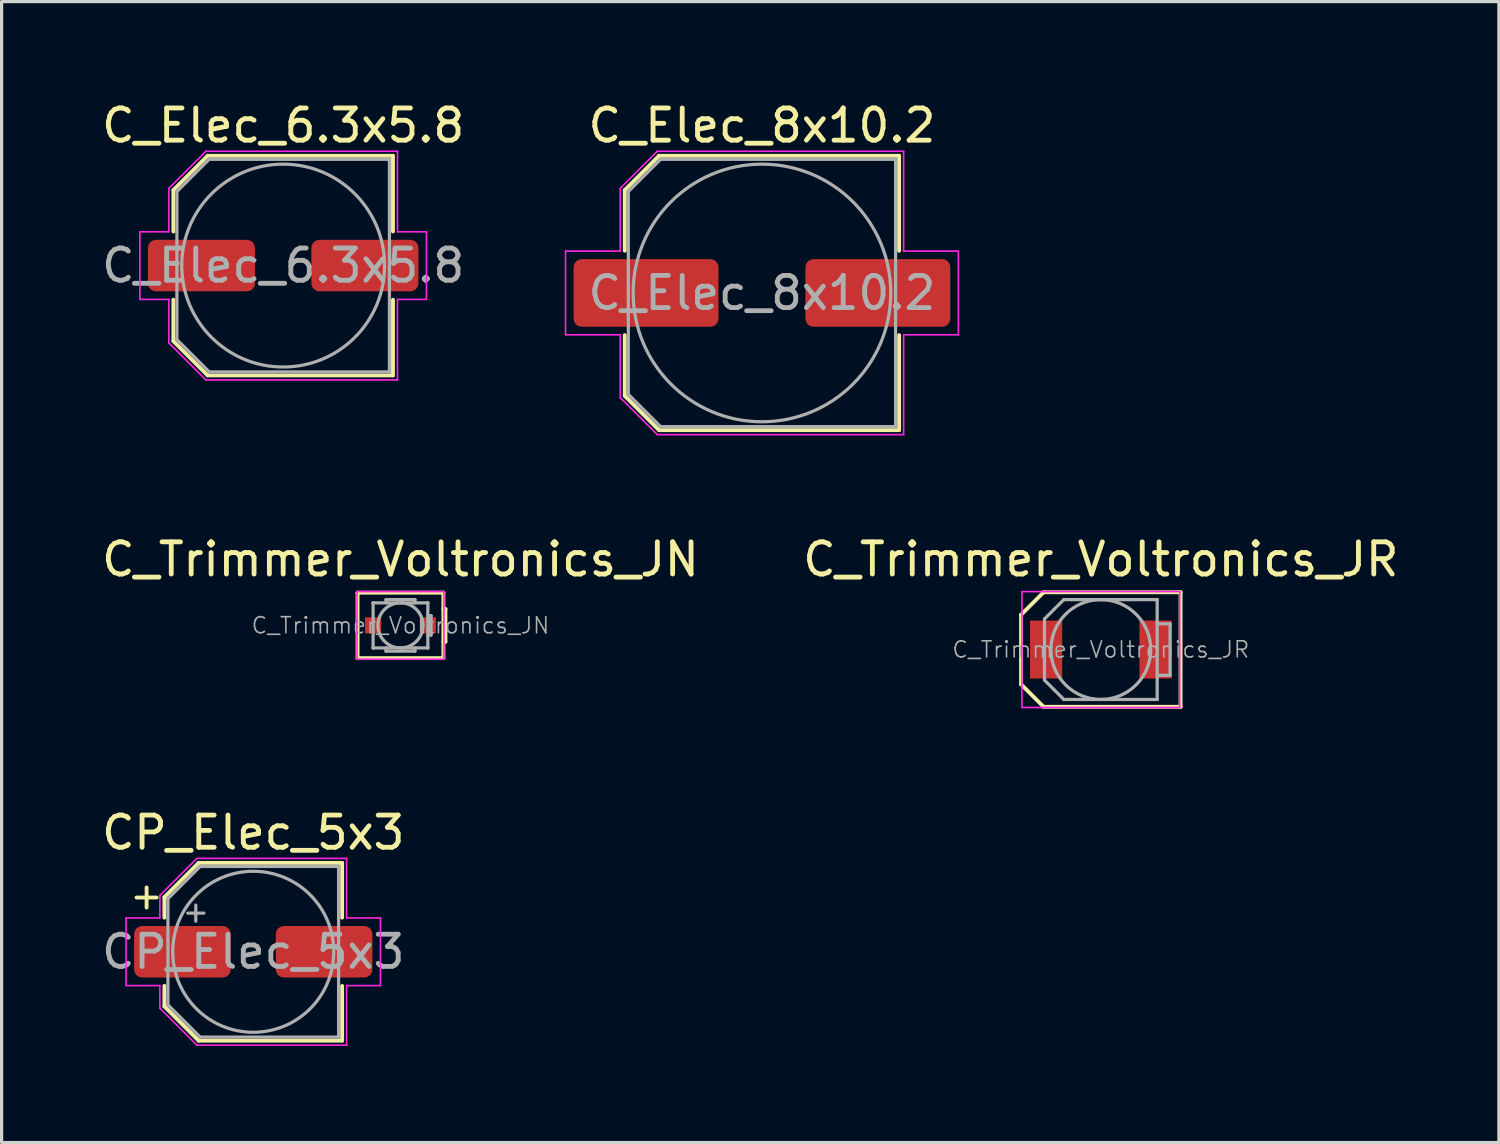
<source format=kicad_pcb>
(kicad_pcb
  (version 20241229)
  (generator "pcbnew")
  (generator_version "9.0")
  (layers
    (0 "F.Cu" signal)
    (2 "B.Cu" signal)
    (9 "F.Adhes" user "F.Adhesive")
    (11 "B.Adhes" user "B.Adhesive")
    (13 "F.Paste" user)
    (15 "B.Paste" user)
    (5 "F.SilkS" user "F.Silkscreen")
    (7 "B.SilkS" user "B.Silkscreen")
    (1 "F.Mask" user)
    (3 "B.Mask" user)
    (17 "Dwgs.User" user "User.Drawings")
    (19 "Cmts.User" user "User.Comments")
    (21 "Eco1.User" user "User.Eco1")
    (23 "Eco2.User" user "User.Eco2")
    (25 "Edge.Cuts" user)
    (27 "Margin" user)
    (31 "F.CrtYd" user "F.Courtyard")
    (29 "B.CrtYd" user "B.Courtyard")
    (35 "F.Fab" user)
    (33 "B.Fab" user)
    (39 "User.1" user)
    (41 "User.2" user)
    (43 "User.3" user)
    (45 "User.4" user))
  (footprint "C_Elec_6.3x5.8"
    (layer "F.Cu")
    (at 5.744 5.198)
    (property "Reference" "C_Elec_6.3x5.8" (at 0 -4.35 0) (layer "F.SilkS") (effects (font (size 1 1) (thickness 0.15))))
    (attr smd)
    (fp_line (start -3.41 -2.346) (end -3.41 -1.06) (stroke (width 0.12) (type solid)) (layer "F.SilkS"))
    (fp_line (start -3.41 -2.346) (end -2.346 -3.41) (stroke (width 0.12) (type solid)) (layer "F.SilkS"))
    (fp_line (start -3.41 2.346) (end -3.41 1.06) (stroke (width 0.12) (type solid)) (layer "F.SilkS"))
    (fp_line (start -3.41 2.346) (end -2.346 3.41) (stroke (width 0.12) (type solid)) (layer "F.SilkS"))
    (fp_line (start -2.346 -3.41) (end 3.41 -3.41) (stroke (width 0.12) (type solid)) (layer "F.SilkS"))
    (fp_line (start -2.346 3.41) (end 3.41 3.41) (stroke (width 0.12) (type solid)) (layer "F.SilkS"))
    (fp_line (start 3.41 -3.41) (end 3.41 -1.06) (stroke (width 0.12) (type solid)) (layer "F.SilkS"))
    (fp_line (start 3.41 3.41) (end 3.41 1.06) (stroke (width 0.12) (type solid)) (layer "F.SilkS"))
    (fp_line (start -4.45 -1.05) (end -4.45 1.05) (stroke (width 0.05) (type solid)) (layer "F.CrtYd"))
    (fp_line (start -4.45 1.05) (end -3.55 1.05) (stroke (width 0.05) (type solid)) (layer "F.CrtYd"))
    (fp_line (start -3.55 -2.4) (end -3.55 -1.05) (stroke (width 0.05) (type solid)) (layer "F.CrtYd"))
    (fp_line (start -3.55 -2.4) (end -2.4 -3.55) (stroke (width 0.05) (type solid)) (layer "F.CrtYd"))
    (fp_line (start -3.55 -1.05) (end -4.45 -1.05) (stroke (width 0.05) (type solid)) (layer "F.CrtYd"))
    (fp_line (start -3.55 1.05) (end -3.55 2.4) (stroke (width 0.05) (type solid)) (layer "F.CrtYd"))
    (fp_line (start -3.55 2.4) (end -2.4 3.55) (stroke (width 0.05) (type solid)) (layer "F.CrtYd"))
    (fp_line (start -2.4 -3.55) (end 3.55 -3.55) (stroke (width 0.05) (type solid)) (layer "F.CrtYd"))
    (fp_line (start -2.4 3.55) (end 3.55 3.55) (stroke (width 0.05) (type solid)) (layer "F.CrtYd"))
    (fp_line (start 3.55 -3.55) (end 3.55 -1.05) (stroke (width 0.05) (type solid)) (layer "F.CrtYd"))
    (fp_line (start 3.55 -1.05) (end 4.45 -1.05) (stroke (width 0.05) (type solid)) (layer "F.CrtYd"))
    (fp_line (start 3.55 1.05) (end 3.55 3.55) (stroke (width 0.05) (type solid)) (layer "F.CrtYd"))
    (fp_line (start 4.45 -1.05) (end 4.45 1.05) (stroke (width 0.05) (type solid)) (layer "F.CrtYd"))
    (fp_line (start 4.45 1.05) (end 3.55 1.05) (stroke (width 0.05) (type solid)) (layer "F.CrtYd"))
    (fp_line (start -3.3 -2.3) (end -3.3 2.3) (stroke (width 0.1) (type solid)) (layer "F.Fab"))
    (fp_line (start -3.3 -2.3) (end -2.3 -3.3) (stroke (width 0.1) (type solid)) (layer "F.Fab"))
    (fp_line (start -3.3 2.3) (end -2.3 3.3) (stroke (width 0.1) (type solid)) (layer "F.Fab"))
    (fp_line (start -2.3 -3.3) (end 3.3 -3.3) (stroke (width 0.1) (type solid)) (layer "F.Fab"))
    (fp_line (start -2.3 3.3) (end 3.3 3.3) (stroke (width 0.1) (type solid)) (layer "F.Fab"))
    (fp_line (start 3.3 -3.3) (end 3.3 3.3) (stroke (width 0.1) (type solid)) (layer "F.Fab"))
    (fp_circle (center 0 0) (end 3.15 0) (stroke (width 0.1) (type solid)) (fill no) (layer "F.Fab"))
    (fp_text user "${REFERENCE}" (at 0 0 0) (layer "F.Fab") (effects (font (size 1 1) (thickness 0.15))))
    (pad "1" smd roundrect (at -2.538 0) (size 3.325 1.6) (layers "F.Cu" "F.Mask" "F.Paste") (roundrect_rratio 0.156))
    (pad "2" smd roundrect (at 2.538 0) (size 3.325 1.6) (layers "F.Cu" "F.Mask" "F.Paste") (roundrect_rratio 0.156)))
  (footprint "CP_Elec_5x3"
    (layer "F.Cu")
    (at 4.815 26.508)
    (property "Reference" "CP_Elec_5x3" (at 0 -3.7 0) (layer "F.SilkS") (effects (font (size 1 1) (thickness 0.15))))
    (attr smd)
    (fp_line (start -3.625 -1.685) (end -3 -1.685) (stroke (width 0.12) (type solid)) (layer "F.SilkS"))
    (fp_line (start -3.312 -1.998) (end -3.312 -1.373) (stroke (width 0.12) (type solid)) (layer "F.SilkS"))
    (fp_line (start -2.76 -1.696) (end -2.76 -1.06) (stroke (width 0.12) (type solid)) (layer "F.SilkS"))
    (fp_line (start -2.76 -1.696) (end -1.696 -2.76) (stroke (width 0.12) (type solid)) (layer "F.SilkS"))
    (fp_line (start -2.76 1.696) (end -2.76 1.06) (stroke (width 0.12) (type solid)) (layer "F.SilkS"))
    (fp_line (start -2.76 1.696) (end -1.696 2.76) (stroke (width 0.12) (type solid)) (layer "F.SilkS"))
    (fp_line (start -1.696 -2.76) (end 2.76 -2.76) (stroke (width 0.12) (type solid)) (layer "F.SilkS"))
    (fp_line (start -1.696 2.76) (end 2.76 2.76) (stroke (width 0.12) (type solid)) (layer "F.SilkS"))
    (fp_line (start 2.76 -2.76) (end 2.76 -1.06) (stroke (width 0.12) (type solid)) (layer "F.SilkS"))
    (fp_line (start 2.76 2.76) (end 2.76 1.06) (stroke (width 0.12) (type solid)) (layer "F.SilkS"))
    (fp_line (start -3.95 -1.05) (end -3.95 1.05) (stroke (width 0.05) (type solid)) (layer "F.CrtYd"))
    (fp_line (start -3.95 1.05) (end -2.9 1.05) (stroke (width 0.05) (type solid)) (layer "F.CrtYd"))
    (fp_line (start -2.9 -1.75) (end -2.9 -1.05) (stroke (width 0.05) (type solid)) (layer "F.CrtYd"))
    (fp_line (start -2.9 -1.75) (end -1.75 -2.9) (stroke (width 0.05) (type solid)) (layer "F.CrtYd"))
    (fp_line (start -2.9 -1.05) (end -3.95 -1.05) (stroke (width 0.05) (type solid)) (layer "F.CrtYd"))
    (fp_line (start -2.9 1.05) (end -2.9 1.75) (stroke (width 0.05) (type solid)) (layer "F.CrtYd"))
    (fp_line (start -2.9 1.75) (end -1.75 2.9) (stroke (width 0.05) (type solid)) (layer "F.CrtYd"))
    (fp_line (start -1.75 -2.9) (end 2.9 -2.9) (stroke (width 0.05) (type solid)) (layer "F.CrtYd"))
    (fp_line (start -1.75 2.9) (end 2.9 2.9) (stroke (width 0.05) (type solid)) (layer "F.CrtYd"))
    (fp_line (start 2.9 -2.9) (end 2.9 -1.05) (stroke (width 0.05) (type solid)) (layer "F.CrtYd"))
    (fp_line (start 2.9 -1.05) (end 3.95 -1.05) (stroke (width 0.05) (type solid)) (layer "F.CrtYd"))
    (fp_line (start 2.9 1.05) (end 2.9 2.9) (stroke (width 0.05) (type solid)) (layer "F.CrtYd"))
    (fp_line (start 3.95 -1.05) (end 3.95 1.05) (stroke (width 0.05) (type solid)) (layer "F.CrtYd"))
    (fp_line (start 3.95 1.05) (end 2.9 1.05) (stroke (width 0.05) (type solid)) (layer "F.CrtYd"))
    (fp_line (start -2.65 -1.65) (end -2.65 1.65) (stroke (width 0.1) (type solid)) (layer "F.Fab"))
    (fp_line (start -2.65 -1.65) (end -1.65 -2.65) (stroke (width 0.1) (type solid)) (layer "F.Fab"))
    (fp_line (start -2.65 1.65) (end -1.65 2.65) (stroke (width 0.1) (type solid)) (layer "F.Fab"))
    (fp_line (start -2.034 -1.2) (end -1.534 -1.2) (stroke (width 0.1) (type solid)) (layer "F.Fab"))
    (fp_line (start -1.784 -1.45) (end -1.784 -0.95) (stroke (width 0.1) (type solid)) (layer "F.Fab"))
    (fp_line (start -1.65 -2.65) (end 2.65 -2.65) (stroke (width 0.1) (type solid)) (layer "F.Fab"))
    (fp_line (start -1.65 2.65) (end 2.65 2.65) (stroke (width 0.1) (type solid)) (layer "F.Fab"))
    (fp_line (start 2.65 -2.65) (end 2.65 2.65) (stroke (width 0.1) (type solid)) (layer "F.Fab"))
    (fp_circle (center 0 0) (end 2.5 0) (stroke (width 0.1) (type solid)) (fill no) (layer "F.Fab"))
    (fp_text user "${REFERENCE}" (at 0 0 0) (layer "F.Fab") (effects (font (size 1 1) (thickness 0.15))))
    (pad "1" smd roundrect (at -2.2 0) (size 3 1.6) (layers "F.Cu" "F.Mask" "F.Paste") (roundrect_rratio 0.156))
    (pad "2" smd roundrect (at 2.2 0) (size 3 1.6) (layers "F.Cu" "F.Mask" "F.Paste") (roundrect_rratio 0.156)))
  (footprint "C_Elec_8x10.2"
    (layer "F.Cu")
    (at 20.613 6.048)
    (property "Reference" "C_Elec_8x10.2" (at 0 -5.2 0) (layer "F.SilkS") (effects (font (size 1 1) (thickness 0.15))))
    (attr smd)
    (fp_line (start -4.26 -3.196) (end -4.26 -1.31) (stroke (width 0.12) (type solid)) (layer "F.SilkS"))
    (fp_line (start -4.26 -3.196) (end -3.196 -4.26) (stroke (width 0.12) (type solid)) (layer "F.SilkS"))
    (fp_line (start -4.26 3.196) (end -4.26 1.31) (stroke (width 0.12) (type solid)) (layer "F.SilkS"))
    (fp_line (start -4.26 3.196) (end -3.196 4.26) (stroke (width 0.12) (type solid)) (layer "F.SilkS"))
    (fp_line (start -3.196 -4.26) (end 4.26 -4.26) (stroke (width 0.12) (type solid)) (layer "F.SilkS"))
    (fp_line (start -3.196 4.26) (end 4.26 4.26) (stroke (width 0.12) (type solid)) (layer "F.SilkS"))
    (fp_line (start 4.26 -4.26) (end 4.26 -1.31) (stroke (width 0.12) (type solid)) (layer "F.SilkS"))
    (fp_line (start 4.26 4.26) (end 4.26 1.31) (stroke (width 0.12) (type solid)) (layer "F.SilkS"))
    (fp_line (start -6.1 -1.3) (end -6.1 1.3) (stroke (width 0.05) (type solid)) (layer "F.CrtYd"))
    (fp_line (start -6.1 1.3) (end -4.4 1.3) (stroke (width 0.05) (type solid)) (layer "F.CrtYd"))
    (fp_line (start -4.4 -3.25) (end -4.4 -1.3) (stroke (width 0.05) (type solid)) (layer "F.CrtYd"))
    (fp_line (start -4.4 -3.25) (end -3.25 -4.4) (stroke (width 0.05) (type solid)) (layer "F.CrtYd"))
    (fp_line (start -4.4 -1.3) (end -6.1 -1.3) (stroke (width 0.05) (type solid)) (layer "F.CrtYd"))
    (fp_line (start -4.4 1.3) (end -4.4 3.25) (stroke (width 0.05) (type solid)) (layer "F.CrtYd"))
    (fp_line (start -4.4 3.25) (end -3.25 4.4) (stroke (width 0.05) (type solid)) (layer "F.CrtYd"))
    (fp_line (start -3.25 -4.4) (end 4.4 -4.4) (stroke (width 0.05) (type solid)) (layer "F.CrtYd"))
    (fp_line (start -3.25 4.4) (end 4.4 4.4) (stroke (width 0.05) (type solid)) (layer "F.CrtYd"))
    (fp_line (start 4.4 -4.4) (end 4.4 -1.3) (stroke (width 0.05) (type solid)) (layer "F.CrtYd"))
    (fp_line (start 4.4 -1.3) (end 6.1 -1.3) (stroke (width 0.05) (type solid)) (layer "F.CrtYd"))
    (fp_line (start 4.4 1.3) (end 4.4 4.4) (stroke (width 0.05) (type solid)) (layer "F.CrtYd"))
    (fp_line (start 6.1 -1.3) (end 6.1 1.3) (stroke (width 0.05) (type solid)) (layer "F.CrtYd"))
    (fp_line (start 6.1 1.3) (end 4.4 1.3) (stroke (width 0.05) (type solid)) (layer "F.CrtYd"))
    (fp_line (start -4.15 -3.15) (end -4.15 3.15) (stroke (width 0.1) (type solid)) (layer "F.Fab"))
    (fp_line (start -4.15 -3.15) (end -3.15 -4.15) (stroke (width 0.1) (type solid)) (layer "F.Fab"))
    (fp_line (start -4.15 3.15) (end -3.15 4.15) (stroke (width 0.1) (type solid)) (layer "F.Fab"))
    (fp_line (start -3.15 -4.15) (end 4.15 -4.15) (stroke (width 0.1) (type solid)) (layer "F.Fab"))
    (fp_line (start -3.15 4.15) (end 4.15 4.15) (stroke (width 0.1) (type solid)) (layer "F.Fab"))
    (fp_line (start 4.15 -4.15) (end 4.15 4.15) (stroke (width 0.1) (type solid)) (layer "F.Fab"))
    (fp_circle (center 0 0) (end 4 0) (stroke (width 0.1) (type solid)) (fill no) (layer "F.Fab"))
    (fp_text user "${REFERENCE}" (at 0 0 0) (layer "F.Fab") (effects (font (size 1 1) (thickness 0.15))))
    (pad "1" smd roundrect (at -3.6 0) (size 4.5 2.1) (layers "F.Cu" "F.Mask" "F.Paste") (roundrect_rratio 0.119))
    (pad "2" smd roundrect (at 3.6 0) (size 4.5 2.1) (layers "F.Cu" "F.Mask" "F.Paste") (roundrect_rratio 0.119)))
  (footprint "C_Trimmer_Voltronics_JN"
    (layer "F.Cu")
    (at 9.387 16.372)
    (property "Reference" "C_Trimmer_Voltronics_JN" (at 0 -2.05 0) (layer "F.SilkS") (effects (font (size 1 1) (thickness 0.15))))
    (attr smd)
    (fp_line (start -1.333 -1.016) (end -1.333 1.016) (stroke (width 0.12) (type solid)) (layer "F.SilkS"))
    (fp_line (start -1.333 1.016) (end 1.333 1.016) (stroke (width 0.12) (type solid)) (layer "F.SilkS"))
    (fp_line (start 1.333 -1.016) (end -1.333 -1.016) (stroke (width 0.12) (type solid)) (layer "F.SilkS"))
    (fp_line (start 1.333 -0.508) (end 1.397 -0.508) (stroke (width 0.12) (type solid)) (layer "F.SilkS"))
    (fp_line (start 1.333 1.016) (end 1.333 -1.016) (stroke (width 0.12) (type solid)) (layer "F.SilkS"))
    (fp_line (start 1.397 -0.508) (end 1.397 0.508) (stroke (width 0.12) (type solid)) (layer "F.SilkS"))
    (fp_line (start 1.397 0.508) (end 1.333 0.508) (stroke (width 0.12) (type solid)) (layer "F.SilkS"))
    (fp_line (start -1.35 -1.05) (end -1.35 1.05) (stroke (width 0.05) (type solid)) (layer "F.CrtYd"))
    (fp_line (start -1.35 1.05) (end 1.35 1.05) (stroke (width 0.05) (type solid)) (layer "F.CrtYd"))
    (fp_line (start 1.35 -1.05) (end -1.35 -1.05) (stroke (width 0.05) (type solid)) (layer "F.CrtYd"))
    (fp_line (start 1.35 1.05) (end 1.35 -1.05) (stroke (width 0.05) (type solid)) (layer "F.CrtYd"))
    (fp_line (start -0.85 -0.7) (end -0.84 -0.7) (stroke (width 0.1) (type solid)) (layer "F.Fab"))
    (fp_line (start -0.85 -0.69) (end -0.85 -0.7) (stroke (width 0.1) (type solid)) (layer "F.Fab"))
    (fp_line (start -0.85 0.69) (end -0.85 -0.69) (stroke (width 0.1) (type solid)) (layer "F.Fab"))
    (fp_line (start -0.85 0.7) (end -0.85 0.69) (stroke (width 0.1) (type solid)) (layer "F.Fab"))
    (fp_line (start -0.84 -0.7) (end 0.84 -0.7) (stroke (width 0.1) (type solid)) (layer "F.Fab"))
    (fp_line (start -0.84 0.7) (end -0.85 0.7) (stroke (width 0.1) (type solid)) (layer "F.Fab"))
    (fp_line (start -0.45 -0.8) (end 0.45 -0.8) (stroke (width 0.1) (type solid)) (layer "F.Fab"))
    (fp_line (start -0.45 -0.7) (end -0.45 -0.8) (stroke (width 0.1) (type solid)) (layer "F.Fab"))
    (fp_line (start -0.45 0.7) (end -0.45 0.8) (stroke (width 0.1) (type solid)) (layer "F.Fab"))
    (fp_line (start -0.45 0.8) (end 0.45 0.8) (stroke (width 0.1) (type solid)) (layer "F.Fab"))
    (fp_line (start 0.45 -0.8) (end 0.45 -0.7) (stroke (width 0.1) (type solid)) (layer "F.Fab"))
    (fp_line (start 0.45 0.8) (end 0.45 0.7) (stroke (width 0.1) (type solid)) (layer "F.Fab"))
    (fp_line (start 0.84 -0.7) (end 0.85 -0.7) (stroke (width 0.1) (type solid)) (layer "F.Fab"))
    (fp_line (start 0.84 0.7) (end -0.84 0.7) (stroke (width 0.1) (type solid)) (layer "F.Fab"))
    (fp_line (start 0.85 -0.7) (end 0.85 -0.69) (stroke (width 0.1) (type solid)) (layer "F.Fab"))
    (fp_line (start 0.85 -0.69) (end 0.85 0.69) (stroke (width 0.1) (type solid)) (layer "F.Fab"))
    (fp_line (start 0.85 -0.3) (end 0.95 -0.3) (stroke (width 0.1) (type solid)) (layer "F.Fab"))
    (fp_line (start 0.85 0.69) (end 0.85 0.7) (stroke (width 0.1) (type solid)) (layer "F.Fab"))
    (fp_line (start 0.85 0.7) (end 0.84 0.7) (stroke (width 0.1) (type solid)) (layer "F.Fab"))
    (fp_line (start 0.95 -0.3) (end 0.95 0.3) (stroke (width 0.1) (type solid)) (layer "F.Fab"))
    (fp_line (start 0.95 0.3) (end 0.85 0.3) (stroke (width 0.1) (type solid)) (layer "F.Fab"))
    (fp_circle (center 0 0) (end 0.7 0) (stroke (width 0.1) (type solid)) (fill no) (layer "F.Fab"))
    (fp_text user "${REFERENCE}" (at 0 0 0) (layer "F.Fab") (effects (font (size 0.5 0.5) (thickness 0.05))))
    (pad "1" smd rect (at -0.85 0) (size 0.5 0.5) (layers "F.Cu" "F.Mask" "F.Paste"))
    (pad "2" smd rect (at 0.85 0) (size 0.5 0.5) (layers "F.Cu" "F.Mask" "F.Paste")))
  (footprint "C_Trimmer_Voltronics_JR"
    (layer "F.Cu")
    (at 31.137 17.122)
    (property "Reference" "C_Trimmer_Voltronics_JR" (at 0 -2.8 0) (layer "F.SilkS") (effects (font (size 1 1) (thickness 0.15))))
    (attr smd)
    (fp_line (start -2.477 -1.079) (end -2.477 1.079) (stroke (width 0.12) (type solid)) (layer "F.SilkS"))
    (fp_line (start -2.477 -1.079) (end -1.778 -1.778) (stroke (width 0.12) (type solid)) (layer "F.SilkS"))
    (fp_line (start -1.778 1.778) (end -2.477 1.079) (stroke (width 0.12) (type solid)) (layer "F.SilkS"))
    (fp_line (start -1.778 1.778) (end 2.477 1.778) (stroke (width 0.12) (type solid)) (layer "F.SilkS"))
    (fp_line (start 2.413 -1.778) (end -1.778 -1.778) (stroke (width 0.12) (type solid)) (layer "F.SilkS"))
    (fp_line (start 2.477 -1.778) (end 2.413 -1.778) (stroke (width 0.12) (type solid)) (layer "F.SilkS"))
    (fp_line (start 2.477 1.778) (end 2.477 -1.778) (stroke (width 0.12) (type solid)) (layer "F.SilkS"))
    (fp_line (start -2.45 -1.8) (end -2.45 1.8) (stroke (width 0.05) (type solid)) (layer "F.CrtYd"))
    (fp_line (start -2.45 1.8) (end 2.45 1.8) (stroke (width 0.05) (type solid)) (layer "F.CrtYd"))
    (fp_line (start 2.45 -1.8) (end -2.45 -1.8) (stroke (width 0.05) (type solid)) (layer "F.CrtYd"))
    (fp_line (start 2.45 1.8) (end 2.45 -1.8) (stroke (width 0.05) (type solid)) (layer "F.CrtYd"))
    (fp_line (start -1.75 -0.95) (end -1.45 -1.25) (stroke (width 0.1) (type solid)) (layer "F.Fab"))
    (fp_line (start -1.75 0.95) (end -1.75 -0.95) (stroke (width 0.1) (type solid)) (layer "F.Fab"))
    (fp_line (start -1.45 -1.25) (end -1.15 -1.55) (stroke (width 0.1) (type solid)) (layer "F.Fab"))
    (fp_line (start -1.45 1.25) (end -1.75 0.95) (stroke (width 0.1) (type solid)) (layer "F.Fab"))
    (fp_line (start -1.15 -1.55) (end 1.74 -1.55) (stroke (width 0.1) (type solid)) (layer "F.Fab"))
    (fp_line (start -1.15 1.55) (end -1.45 1.25) (stroke (width 0.1) (type solid)) (layer "F.Fab"))
    (fp_line (start 1.74 -1.55) (end 1.75 -1.55) (stroke (width 0.1) (type solid)) (layer "F.Fab"))
    (fp_line (start 1.74 1.55) (end -1.15 1.55) (stroke (width 0.1) (type solid)) (layer "F.Fab"))
    (fp_line (start 1.75 -1.55) (end 1.75 -1.54) (stroke (width 0.1) (type solid)) (layer "F.Fab"))
    (fp_line (start 1.75 -1.54) (end 1.75 1.54) (stroke (width 0.1) (type solid)) (layer "F.Fab"))
    (fp_line (start 1.75 -0.8) (end 2.15 -0.8) (stroke (width 0.1) (type solid)) (layer "F.Fab"))
    (fp_line (start 1.75 1.54) (end 1.75 1.55) (stroke (width 0.1) (type solid)) (layer "F.Fab"))
    (fp_line (start 1.75 1.55) (end 1.74 1.55) (stroke (width 0.1) (type solid)) (layer "F.Fab"))
    (fp_line (start 2.15 -0.8) (end 2.15 0.8) (stroke (width 0.1) (type solid)) (layer "F.Fab"))
    (fp_line (start 2.15 0.8) (end 1.75 0.8) (stroke (width 0.1) (type solid)) (layer "F.Fab"))
    (fp_circle (center 0 0) (end 1.55 0) (stroke (width 0.1) (type solid)) (fill no) (layer "F.Fab"))
    (fp_text user "${REFERENCE}" (at 0 0 0) (layer "F.Fab") (effects (font (size 0.5 0.5) (thickness 0.05))))
    (pad "1" smd rect (at -1.7 0) (size 1 1.8) (layers "F.Cu" "F.Mask" "F.Paste"))
    (pad "2" smd rect (at 1.7 0) (size 1 1.8) (layers "F.Cu" "F.Mask" "F.Paste")))
  (gr_rect
    (start -3 -3)
    (end 43.5 32.433)
    (stroke (width 0.1) (type default))
    (fill no)
    (layer "Edge.Cuts")))
</source>
